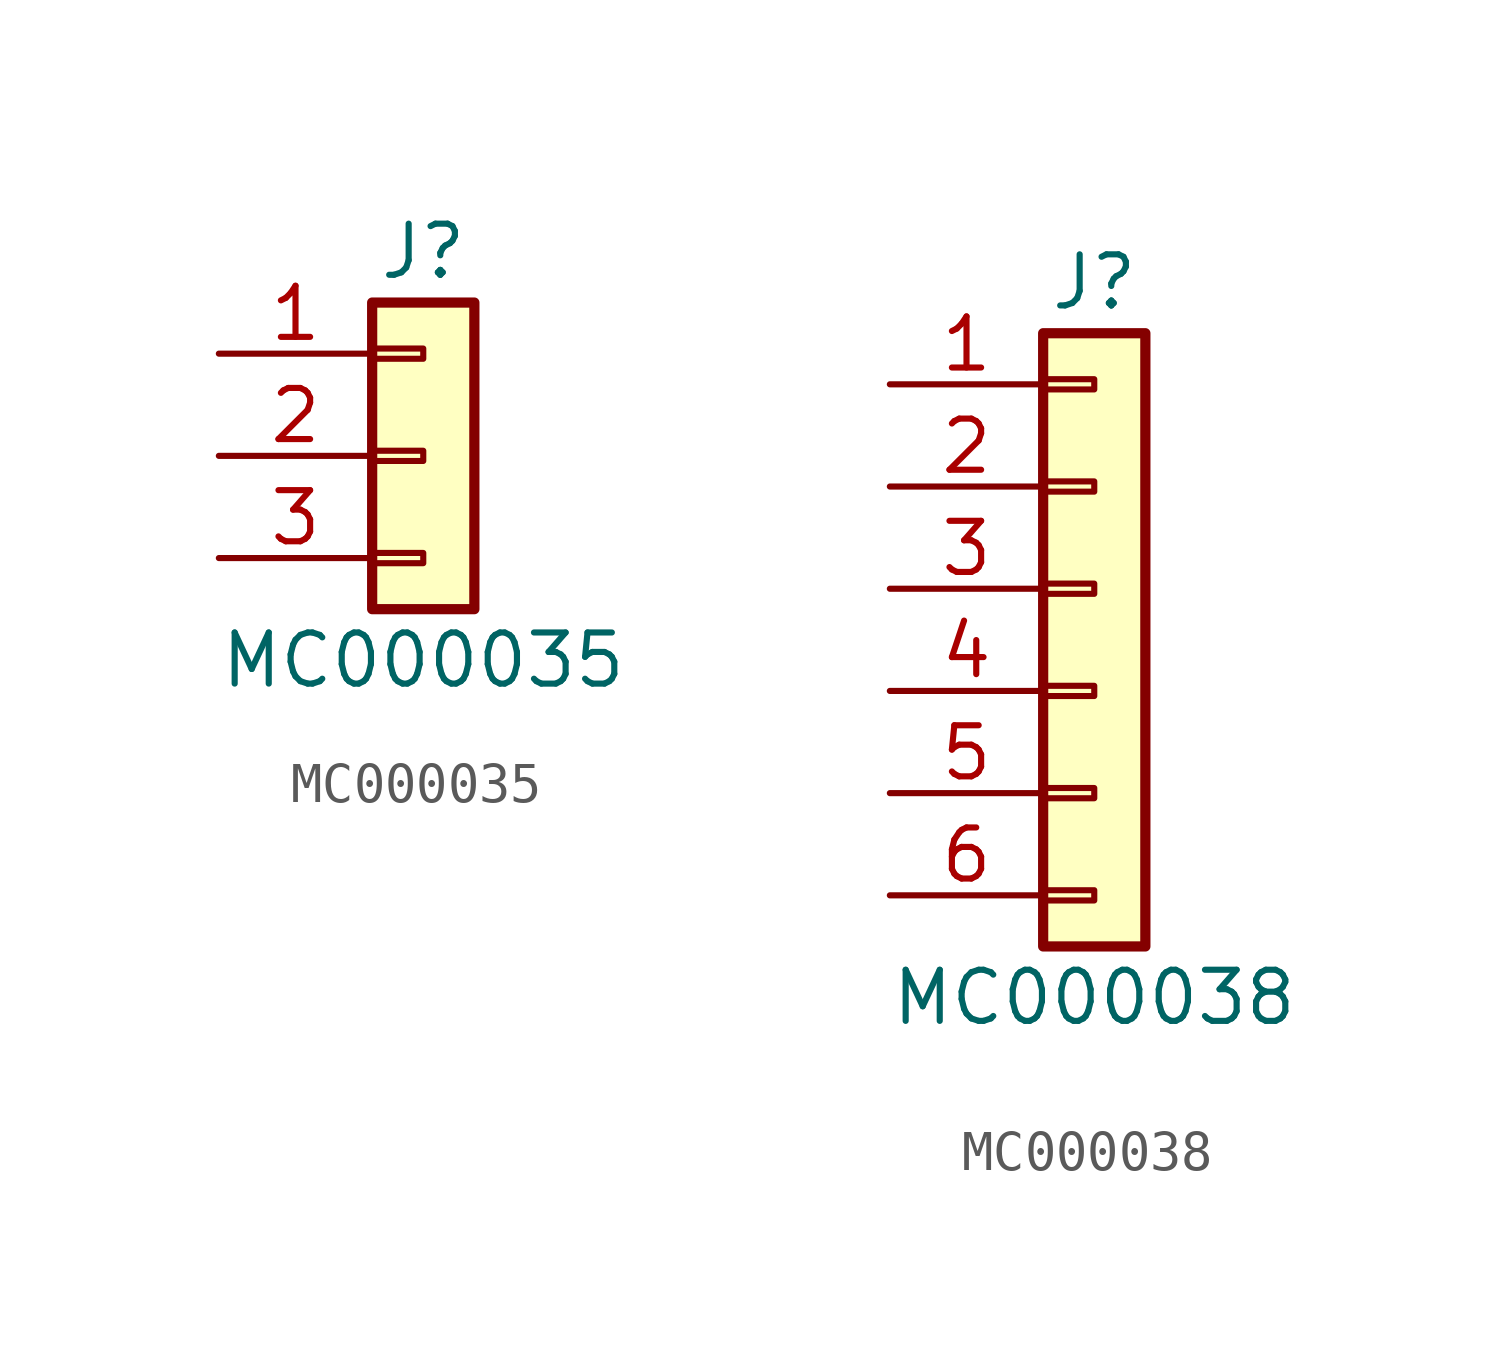
<source format=kicad_sym>
(kicad_symbol_lib
  (version 20211014)
  (generator kicad_symbol_editor)
  (symbol "MC000035"
    (pin_names
      (offset 1.016) hide)
    (property "Reference" "J"
      (at 0 5.08 0)
      (effects (font (size 1.27 1.27))))
    (property "Value" "MC000035"
      (at 0 -5.08 0)
      (effects (font (size 1.27 1.27))))
    (symbol "MC000035_1_1"
      (rectangle (start -1.27 -2.413) (end 0 -2.667) (stroke (width 0.152) (type default) (color 0 0 0 0)) (fill (type none)))
      (rectangle (start -1.27 0.127) (end 0 -0.127) (stroke (width 0.152) (type default) (color 0 0 0 0)) (fill (type none)))
      (rectangle (start -1.27 2.667) (end 0 2.413) (stroke (width 0.152) (type default) (color 0 0 0 0)) (fill (type none)))
      (rectangle (start -1.27 3.81) (end 1.27 -3.81) (stroke (width 0.254) (type default) (color 0 0 0 0)) (fill (type background)))
      (pin passive line (at -5.08 2.54 0) (length 3.81) (name "Pin_1" (effects (font (size 1.27 1.27)))) (number "1" (effects (font (size 1.27 1.27)))))
      (pin passive line (at -5.08 0 0) (length 3.81) (name "Pin_2" (effects (font (size 1.27 1.27)))) (number "2" (effects (font (size 1.27 1.27)))))
      (pin passive line (at -5.08 -2.54 0) (length 3.81) (name "Pin_3" (effects (font (size 1.27 1.27)))) (number "3" (effects (font (size 1.27 1.27)))))))
  (symbol "MC000038"
    (pin_names
      (offset 1.016) hide)
    (property "Reference" "J"
      (at 0 7.62 0)
      (effects (font (size 1.27 1.27))))
    (property "Value" "MC000038"
      (at 0 -10.16 0)
      (effects (font (size 1.27 1.27))))
    (symbol "MC000038_1_1"
      (rectangle (start -1.27 -7.493) (end 0 -7.747) (stroke (width 0.152) (type default) (color 0 0 0 0)) (fill (type none)))
      (rectangle (start -1.27 -4.953) (end 0 -5.207) (stroke (width 0.152) (type default) (color 0 0 0 0)) (fill (type none)))
      (rectangle (start -1.27 -2.413) (end 0 -2.667) (stroke (width 0.152) (type default) (color 0 0 0 0)) (fill (type none)))
      (rectangle (start -1.27 0.127) (end 0 -0.127) (stroke (width 0.152) (type default) (color 0 0 0 0)) (fill (type none)))
      (rectangle (start -1.27 2.667) (end 0 2.413) (stroke (width 0.152) (type default) (color 0 0 0 0)) (fill (type none)))
      (rectangle (start -1.27 5.207) (end 0 4.953) (stroke (width 0.152) (type default) (color 0 0 0 0)) (fill (type none)))
      (rectangle (start -1.27 6.35) (end 1.27 -8.89) (stroke (width 0.254) (type default) (color 0 0 0 0)) (fill (type background)))
      (pin passive line (at -5.08 5.08 0) (length 3.81) (name "Pin_1" (effects (font (size 1.27 1.27)))) (number "1" (effects (font (size 1.27 1.27)))))
      (pin passive line (at -5.08 2.54 0) (length 3.81) (name "Pin_2" (effects (font (size 1.27 1.27)))) (number "2" (effects (font (size 1.27 1.27)))))
      (pin passive line (at -5.08 0 0) (length 3.81) (name "Pin_3" (effects (font (size 1.27 1.27)))) (number "3" (effects (font (size 1.27 1.27)))))
      (pin passive line (at -5.08 -2.54 0) (length 3.81) (name "Pin_4" (effects (font (size 1.27 1.27)))) (number "4" (effects (font (size 1.27 1.27)))))
      (pin passive line (at -5.08 -5.08 0) (length 3.81) (name "Pin_5" (effects (font (size 1.27 1.27)))) (number "5" (effects (font (size 1.27 1.27)))))
      (pin passive line (at -5.08 -7.62 0) (length 3.81) (name "Pin_6" (effects (font (size 1.27 1.27)))) (number "6" (effects (font (size 1.27 1.27))))))))
</source>
